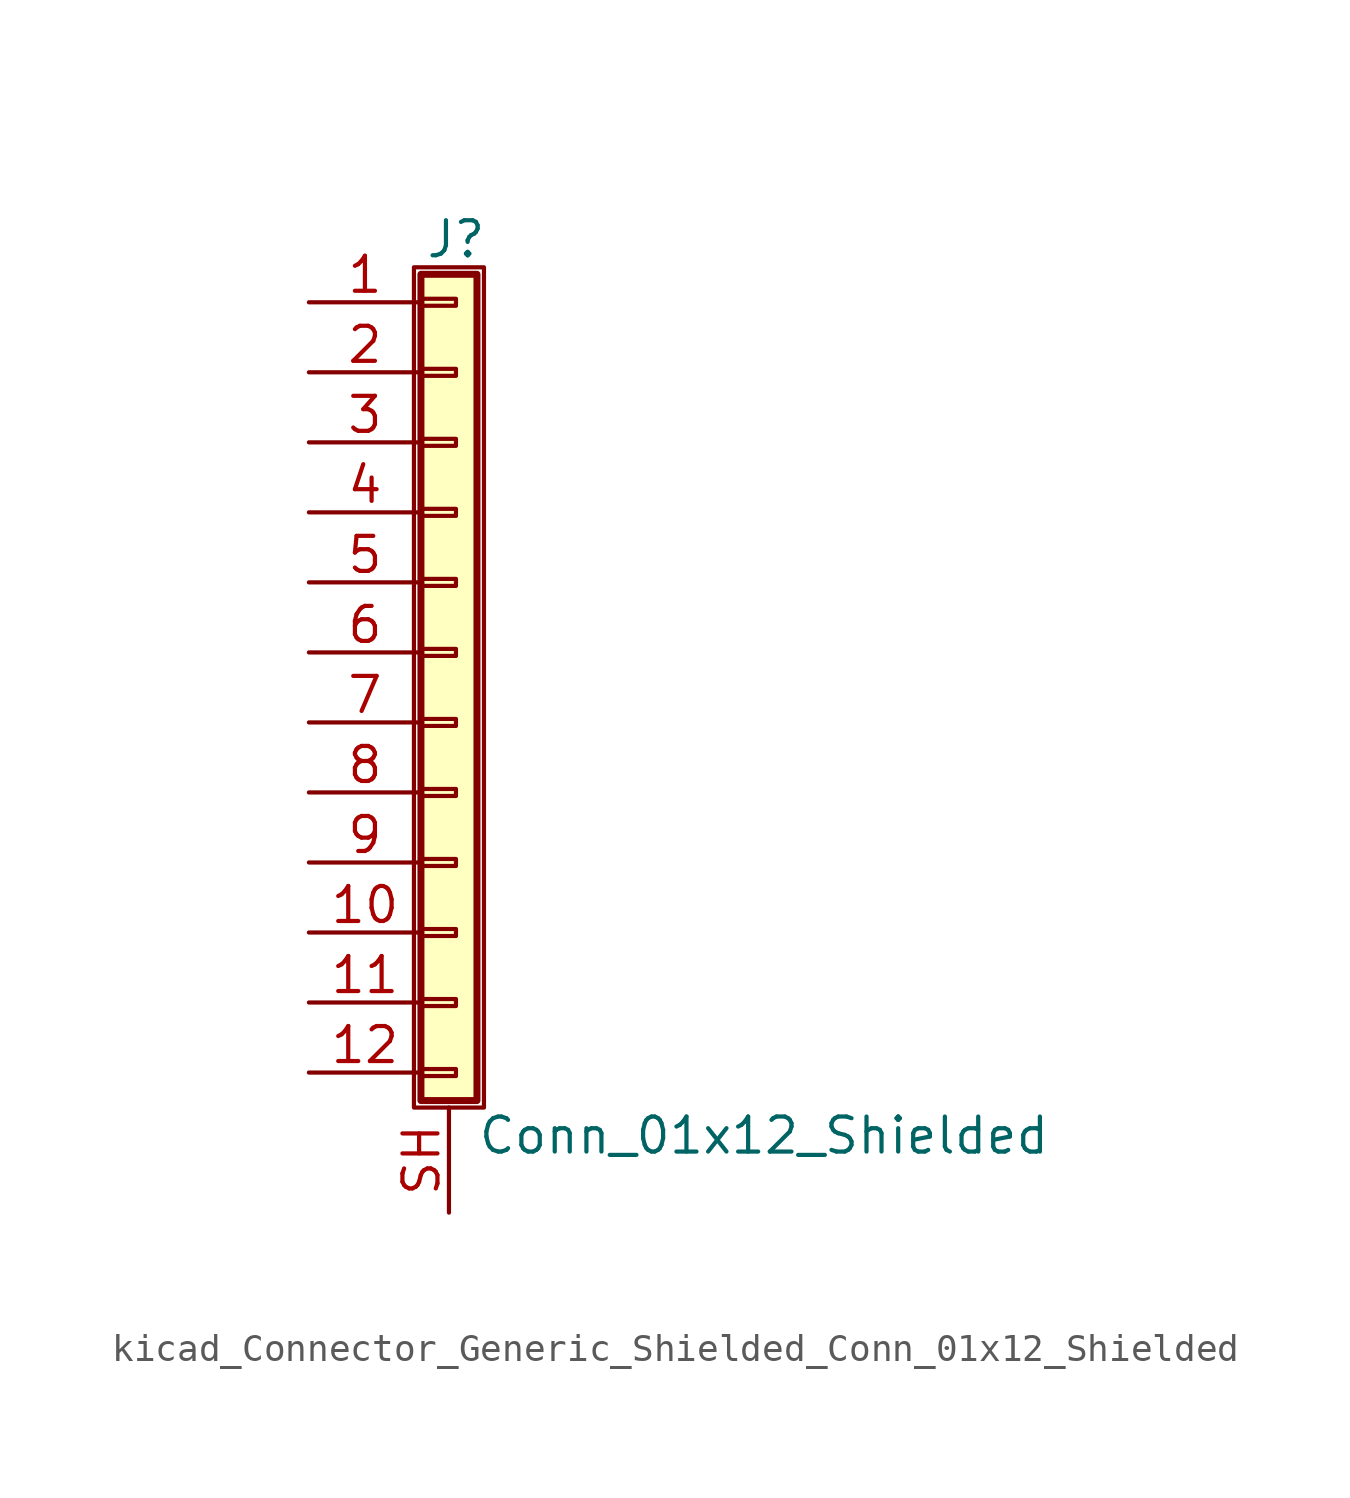
<source format=kicad_sym>
(kicad_symbol_lib
  (version 20220914)
  (generator kicad_symbol_editor)
  (symbol "kicad_Connector_Generic_Shielded_Conn_01x12_Shielded"
    (pin_names
      (offset 1.016) hide)
    (property "Reference" "J"
      (at 0.254 14.986 0)
      (effects (font (size 1.27 1.27))))
    (property "Value" "Conn_01x12_Shielded"
      (at 1.016 -17.526 0)
      (effects (font (size 1.27 1.27)) (justify left)))
    (symbol "kicad_Connector_Generic_Shielded_Conn_01x12_Shielded_1_1"
      (rectangle (start -1.27 13.97) (end 1.27 -16.51) (stroke (width 0.152) (type default)) (fill (type none)))
      (rectangle (start -1.016 -15.113) (end 0.254 -15.367) (stroke (width 0.152) (type default)) (fill (type none)))
      (rectangle (start -1.016 -12.573) (end 0.254 -12.827) (stroke (width 0.152) (type default)) (fill (type none)))
      (rectangle (start -1.016 -10.033) (end 0.254 -10.287) (stroke (width 0.152) (type default)) (fill (type none)))
      (rectangle (start -1.016 -7.493) (end 0.254 -7.747) (stroke (width 0.152) (type default)) (fill (type none)))
      (rectangle (start -1.016 -4.953) (end 0.254 -5.207) (stroke (width 0.152) (type default)) (fill (type none)))
      (rectangle (start -1.016 -2.413) (end 0.254 -2.667) (stroke (width 0.152) (type default)) (fill (type none)))
      (rectangle (start -1.016 0.127) (end 0.254 -0.127) (stroke (width 0.152) (type default)) (fill (type none)))
      (rectangle (start -1.016 2.667) (end 0.254 2.413) (stroke (width 0.152) (type default)) (fill (type none)))
      (rectangle (start -1.016 5.207) (end 0.254 4.953) (stroke (width 0.152) (type default)) (fill (type none)))
      (rectangle (start -1.016 7.747) (end 0.254 7.493) (stroke (width 0.152) (type default)) (fill (type none)))
      (rectangle (start -1.016 10.287) (end 0.254 10.033) (stroke (width 0.152) (type default)) (fill (type none)))
      (rectangle (start -1.016 12.827) (end 0.254 12.573) (stroke (width 0.152) (type default)) (fill (type none)))
      (rectangle (start -1.016 13.716) (end 1.016 -16.256) (stroke (width 0.254) (type default)) (fill (type background)))
      (pin passive line (at -5.08 12.7 0) (length 4.064) (name "Pin_1" (effects (font (size 1.27 1.27)))) (number "1" (effects (font (size 1.27 1.27)))))
      (pin passive line (at -5.08 -10.16 0) (length 4.064) (name "Pin_10" (effects (font (size 1.27 1.27)))) (number "10" (effects (font (size 1.27 1.27)))))
      (pin passive line (at -5.08 -12.7 0) (length 4.064) (name "Pin_11" (effects (font (size 1.27 1.27)))) (number "11" (effects (font (size 1.27 1.27)))))
      (pin passive line (at -5.08 -15.24 0) (length 4.064) (name "Pin_12" (effects (font (size 1.27 1.27)))) (number "12" (effects (font (size 1.27 1.27)))))
      (pin passive line (at -5.08 10.16 0) (length 4.064) (name "Pin_2" (effects (font (size 1.27 1.27)))) (number "2" (effects (font (size 1.27 1.27)))))
      (pin passive line (at -5.08 7.62 0) (length 4.064) (name "Pin_3" (effects (font (size 1.27 1.27)))) (number "3" (effects (font (size 1.27 1.27)))))
      (pin passive line (at -5.08 5.08 0) (length 4.064) (name "Pin_4" (effects (font (size 1.27 1.27)))) (number "4" (effects (font (size 1.27 1.27)))))
      (pin passive line (at -5.08 2.54 0) (length 4.064) (name "Pin_5" (effects (font (size 1.27 1.27)))) (number "5" (effects (font (size 1.27 1.27)))))
      (pin passive line (at -5.08 0 0) (length 4.064) (name "Pin_6" (effects (font (size 1.27 1.27)))) (number "6" (effects (font (size 1.27 1.27)))))
      (pin passive line (at -5.08 -2.54 0) (length 4.064) (name "Pin_7" (effects (font (size 1.27 1.27)))) (number "7" (effects (font (size 1.27 1.27)))))
      (pin passive line (at -5.08 -5.08 0) (length 4.064) (name "Pin_8" (effects (font (size 1.27 1.27)))) (number "8" (effects (font (size 1.27 1.27)))))
      (pin passive line (at -5.08 -7.62 0) (length 4.064) (name "Pin_9" (effects (font (size 1.27 1.27)))) (number "9" (effects (font (size 1.27 1.27)))))
      (pin passive line (at 0 -20.32 90) (length 3.81) (name "Shield" (effects (font (size 1.27 1.27)))) (number "SH" (effects (font (size 1.27 1.27))))))))
</source>
